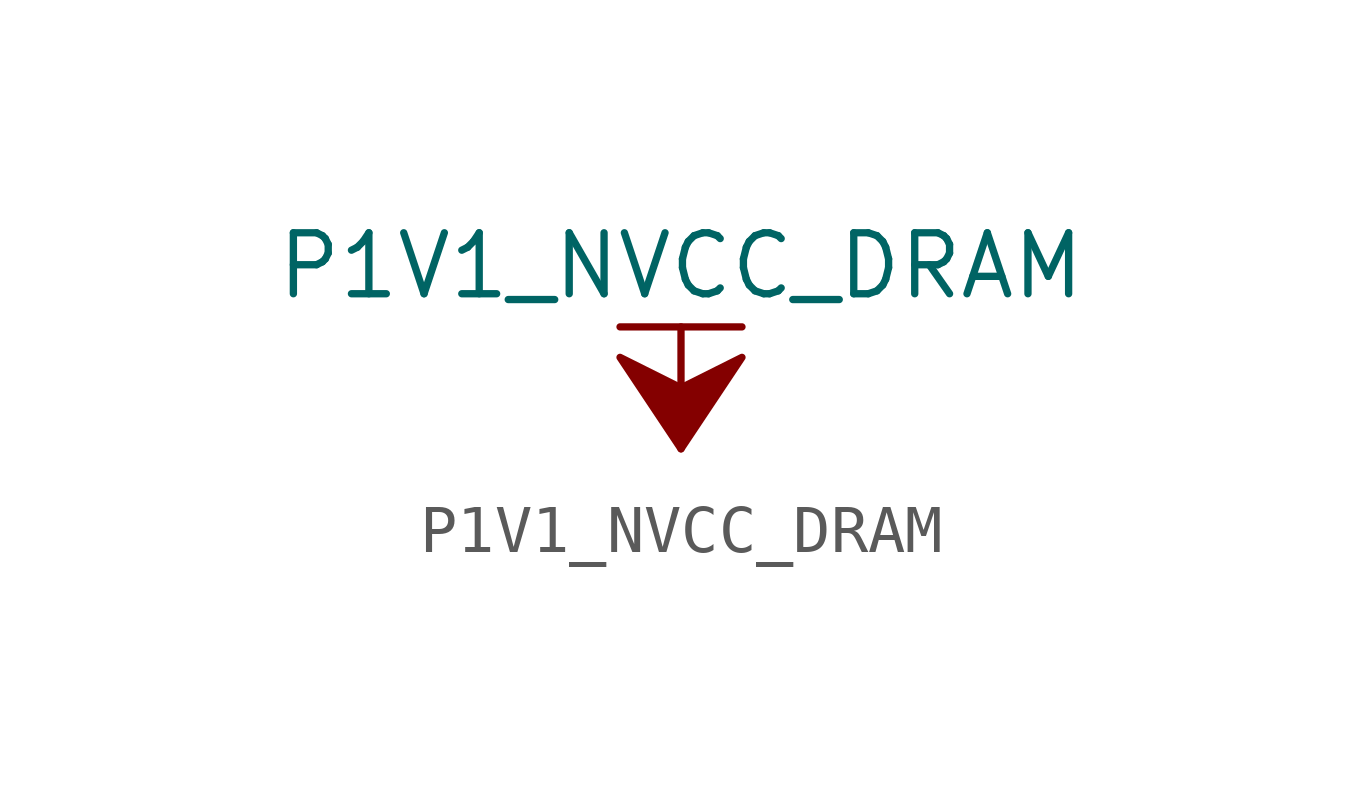
<source format=kicad_sym>
(kicad_symbol_lib
  (version 20211014)
  (generator kicad_symbol_editor)
  (symbol "P1V1_NVCC_DRAM"
    (power)
    (pin_names
      (offset 0))
    (property "Reference" "#PWR"
      (at 0 -3.81 0)
      (effects (font (size 1.27 1.27)) hide))
    (property "Value" "P1V1_NVCC_DRAM"
      (at 0 3.81 0)
      (effects (font (size 1.27 1.27))))
    (symbol "P1V1_NVCC_DRAM_0_1"
      (polyline (pts (xy -1.27 2.54) (xy 1.27 2.54)) (stroke (width 0.152) (type default) (color 0 0 0 0)) (fill (type none)))
      (polyline (pts (xy 0 0) (xy 0 2.54)) (stroke (width 0.152) (type default) (color 0 0 0 0)) (fill (type none)))
      (polyline (pts (xy 0 0) (xy 1.27 1.905) (xy 0 1.27) (xy -1.27 1.905) (xy 0 0)) (stroke (width 0.152) (type default) (color 0 0 0 0)) (fill (type outline))))
    (symbol "P1V1_NVCC_DRAM_1_1"
      (pin power_in line (at 0 0 90) (length 0) hide (name "P1V1_NVCC_DRAM" (effects (font (size 1.27 1.27)))) (number "1" (effects (font (size 1.27 1.27))))))))
</source>
